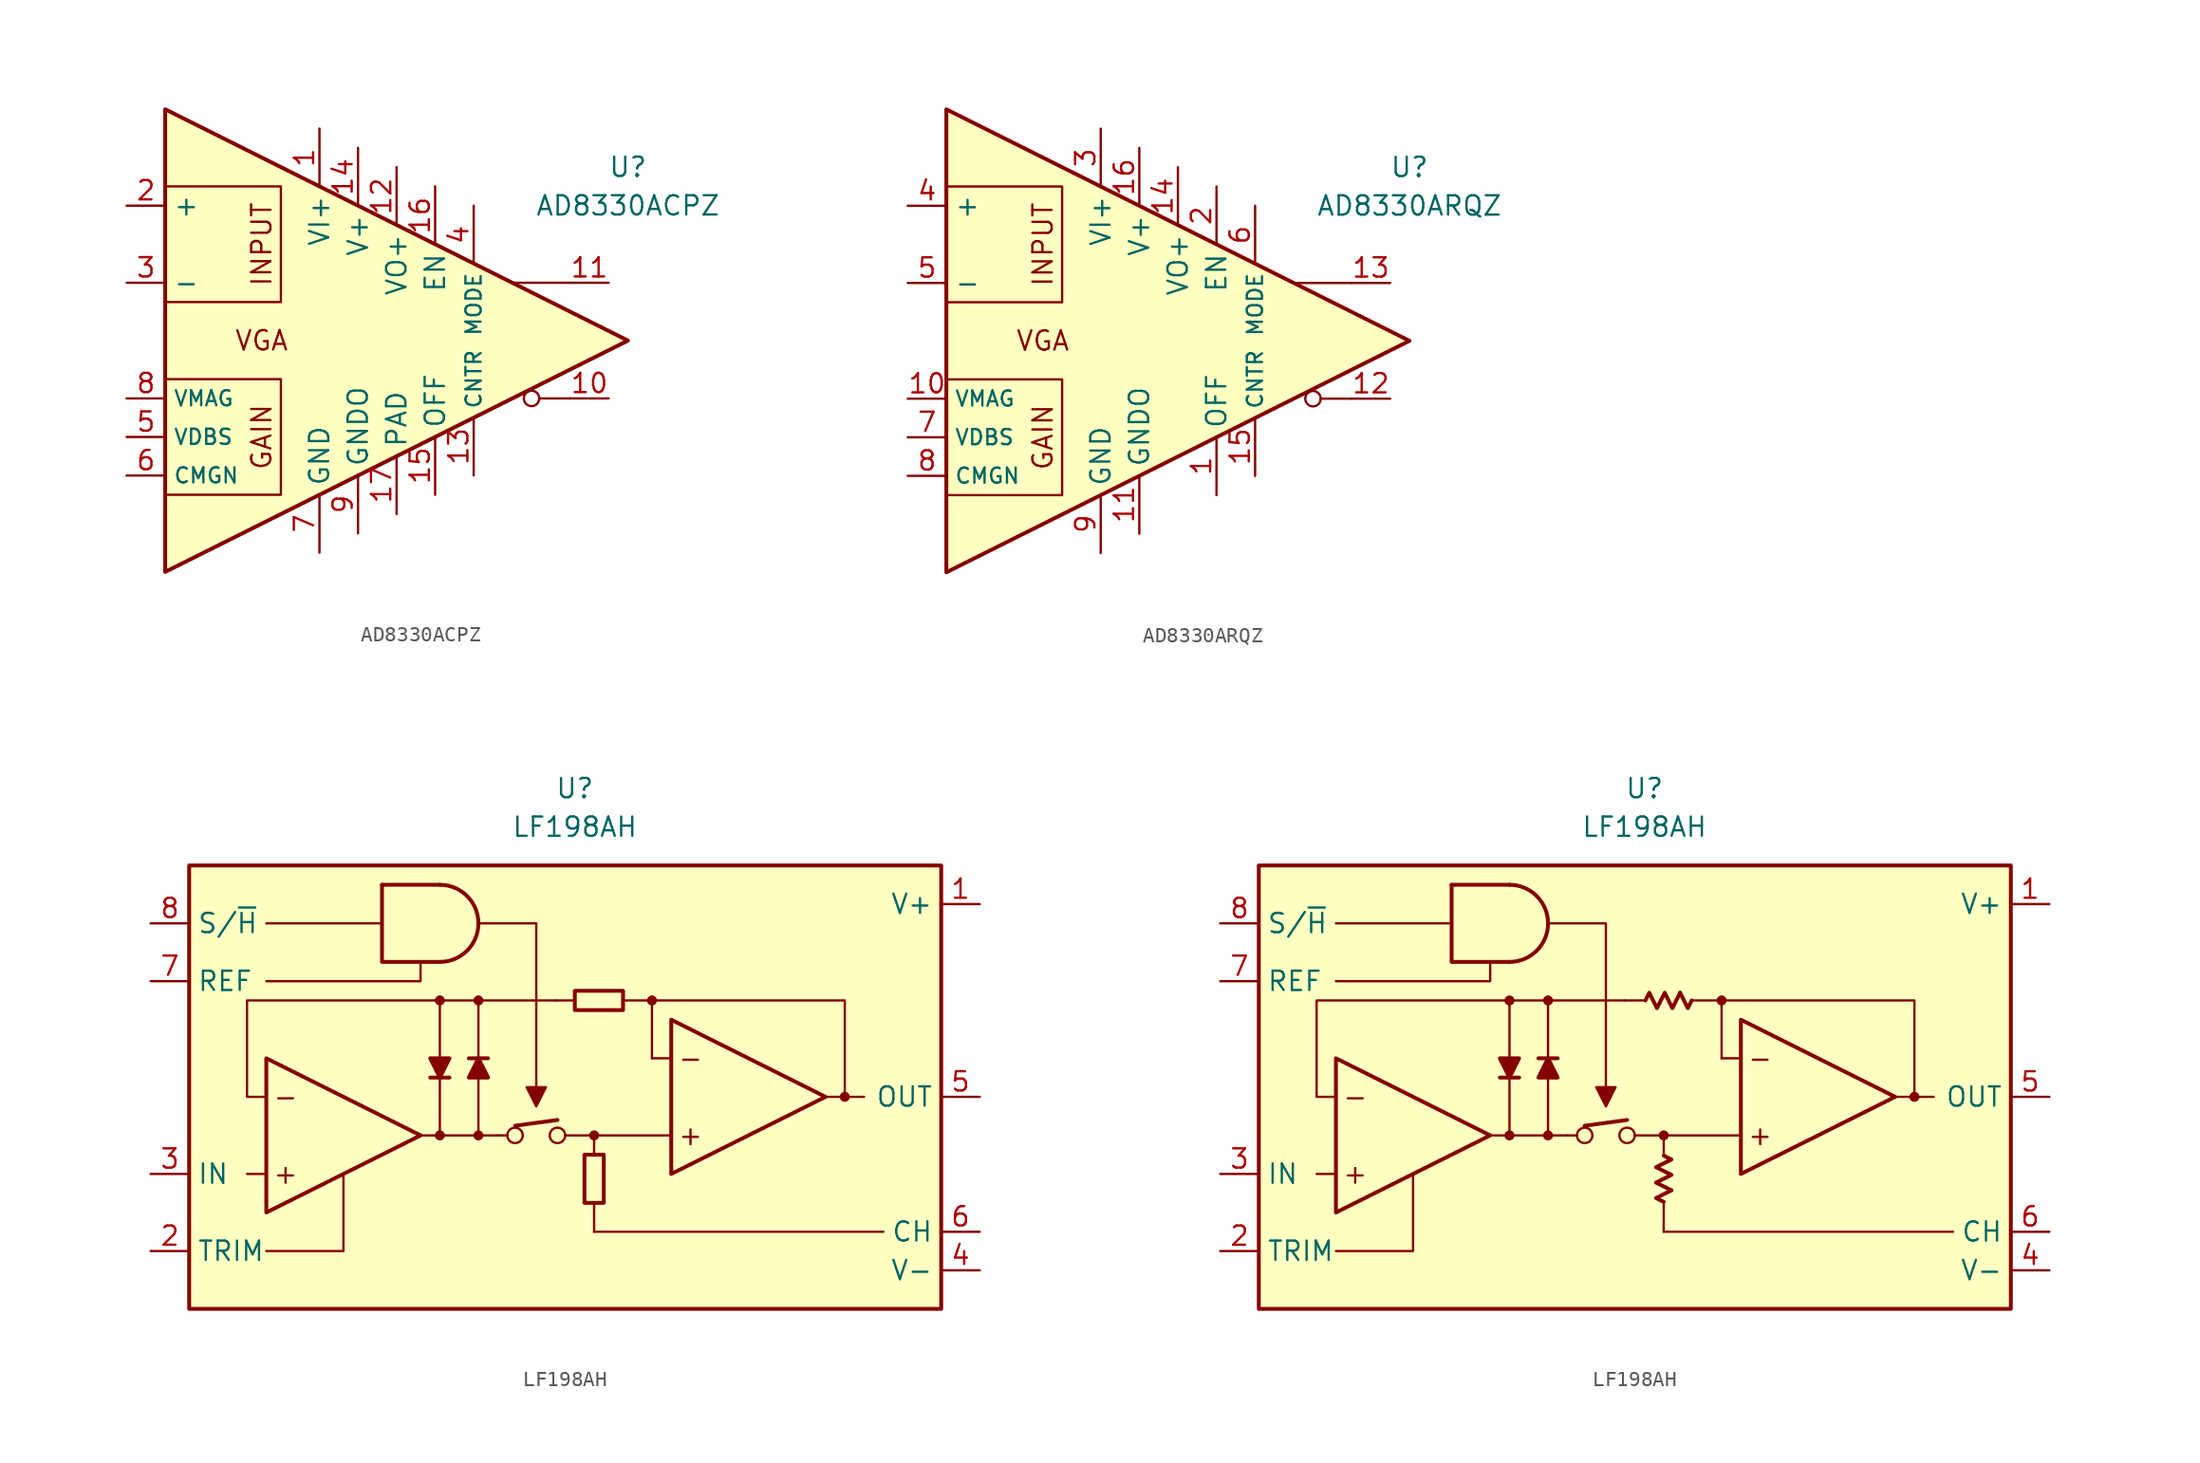
<source format=kicad_sym>
(kicad_symbol_lib
  (version 20231120)
  (generator "kicad_symbol_editor")
  (generator_version "8.0")
  (symbol "AD8330ACPZ"
    (property "Reference" "U"
      (at 13.97 11.43 0)
      (effects (font (size 1.27 1.27))))
    (property "Value" "AD8330ACPZ"
      (at 13.97 8.89 0)
      (effects (font (size 1.27 1.27))))
    (symbol "AD8330ACPZ_0_0"
      (polyline (pts (xy 10.16 3.81) (xy 6.35 3.81)) (stroke (width 0.152) (type default)) (fill (type none)))
      (polyline (pts (xy 10.16 -3.81) (xy 8.89 -3.81) (xy 8.128 -3.81)) (stroke (width 0.152) (type default)) (fill (type none)))
      (polyline (pts (xy -16.51 -2.54) (xy -8.89 -2.54) (xy -8.89 -10.16) (xy -16.51 -10.16)) (stroke (width 0.152) (type default)) (fill (type none)))
      (polyline (pts (xy -16.51 2.54) (xy -8.89 2.54) (xy -8.89 10.16) (xy -16.51 10.16)) (stroke (width 0.152) (type default)) (fill (type none)))
      (polyline (pts (xy -16.51 15.24) (xy 13.97 0) (xy -16.51 -15.24) (xy -16.51 15.24)) (stroke (width 0.254) (type default)) (fill (type background)))
      (circle (center 7.62 -3.81) (radius 0.508) (stroke (width 0.152) (type default)) (fill (type none)))
      (text "GAIN" (at -10.16 -6.35 900) (effects (font (size 1.27 1.27))))
      (text "INPUT" (at -10.16 6.35 900) (effects (font (size 1.27 1.27))))
      (text "VGA" (at -10.16 0 0) (effects (font (size 1.27 1.27)))))
    (symbol "AD8330ACPZ_1_1"
      (pin power_in line (at -6.35 13.97 270) (length 3.84) (name "VI+" (effects (font (size 1.27 1.27)))) (number "1" (effects (font (size 1.27 1.27)))))
      (pin output line (at 12.7 -3.81 180) (length 2.54) (name "~" (effects (font (size 1.27 1.27)))) (number "10" (effects (font (size 1.27 1.27)))))
      (pin output line (at 12.7 3.81 180) (length 2.54) (name "~" (effects (font (size 1.27 1.27)))) (number "11" (effects (font (size 1.27 1.27)))))
      (pin power_in line (at -1.27 11.43 270) (length 3.84) (name "VO+" (effects (font (size 1.27 1.27)))) (number "12" (effects (font (size 1.27 1.27)))))
      (pin passive line (at 3.81 -8.89 90) (length 3.84) (name "CNTR" (effects (font (size 1 1)))) (number "13" (effects (font (size 1.27 1.27)))))
      (pin power_in line (at -3.81 12.7 270) (length 3.84) (name "V+" (effects (font (size 1.27 1.27)))) (number "14" (effects (font (size 1.27 1.27)))))
      (pin input line (at 1.27 -10.16 90) (length 3.84) (name "OFF" (effects (font (size 1.27 1.27)))) (number "15" (effects (font (size 1.27 1.27)))))
      (pin input line (at 1.27 10.16 270) (length 3.84) (name "EN" (effects (font (size 1.27 1.27)))) (number "16" (effects (font (size 1.27 1.27)))))
      (pin passive line (at -1.27 -11.43 90) (length 3.84) (name "PAD" (effects (font (size 1.27 1.27)))) (number "17" (effects (font (size 1.27 1.27)))))
      (pin input line (at -19.05 8.89 0) (length 2.54) (name "+" (effects (font (size 1.27 1.27)))) (number "2" (effects (font (size 1.27 1.27)))))
      (pin input line (at -19.05 3.81 0) (length 2.54) (name "-" (effects (font (size 1.27 1.27)))) (number "3" (effects (font (size 1.27 1.27)))))
      (pin input line (at 3.81 8.89 270) (length 3.84) (name "MODE" (effects (font (size 1 1)))) (number "4" (effects (font (size 1.27 1.27)))))
      (pin input line (at -19.05 -6.35 0) (length 2.54) (name "VDBS" (effects (font (size 1 1)))) (number "5" (effects (font (size 1.27 1.27)))))
      (pin input line (at -19.05 -8.89 0) (length 2.54) (name "CMGN" (effects (font (size 1 1)))) (number "6" (effects (font (size 1.27 1.27)))))
      (pin power_in line (at -6.35 -13.97 90) (length 3.84) (name "GND" (effects (font (size 1.27 1.27)))) (number "7" (effects (font (size 1.27 1.27)))))
      (pin input line (at -19.05 -3.81 0) (length 2.54) (name "VMAG" (effects (font (size 1 1)))) (number "8" (effects (font (size 1.27 1.27)))))
      (pin power_in line (at -3.81 -12.7 90) (length 3.84) (name "GNDO" (effects (font (size 1.27 1.27)))) (number "9" (effects (font (size 1.27 1.27)))))))
  (symbol "AD8330ARQZ"
    (property "Reference" "U"
      (at 13.97 11.43 0)
      (effects (font (size 1.27 1.27))))
    (property "Value" "AD8330ARQZ"
      (at 13.97 8.89 0)
      (effects (font (size 1.27 1.27))))
    (symbol "AD8330ARQZ_0_0"
      (polyline (pts (xy 10.16 3.81) (xy 6.35 3.81)) (stroke (width 0.152) (type default)) (fill (type none)))
      (polyline (pts (xy 10.16 -3.81) (xy 8.89 -3.81) (xy 8.128 -3.81)) (stroke (width 0.152) (type default)) (fill (type none)))
      (polyline (pts (xy -16.51 -2.54) (xy -8.89 -2.54) (xy -8.89 -10.16) (xy -16.51 -10.16)) (stroke (width 0.152) (type default)) (fill (type none)))
      (polyline (pts (xy -16.51 2.54) (xy -8.89 2.54) (xy -8.89 10.16) (xy -16.51 10.16)) (stroke (width 0.152) (type default)) (fill (type none)))
      (polyline (pts (xy -16.51 15.24) (xy 13.97 0) (xy -16.51 -15.24) (xy -16.51 15.24)) (stroke (width 0.254) (type default)) (fill (type background)))
      (circle (center 7.62 -3.81) (radius 0.508) (stroke (width 0.152) (type default)) (fill (type none)))
      (text "GAIN" (at -10.16 -6.35 900) (effects (font (size 1.27 1.27))))
      (text "INPUT" (at -10.16 6.35 900) (effects (font (size 1.27 1.27))))
      (text "VGA" (at -10.16 0 0) (effects (font (size 1.27 1.27)))))
    (symbol "AD8330ARQZ_1_1"
      (pin input line (at 1.27 -10.16 90) (length 3.84) (name "OFF" (effects (font (size 1.27 1.27)))) (number "1" (effects (font (size 1.27 1.27)))))
      (pin input line (at -19.05 -3.81 0) (length 2.54) (name "VMAG" (effects (font (size 1 1)))) (number "10" (effects (font (size 1.27 1.27)))))
      (pin power_in line (at -3.81 -12.7 90) (length 3.84) (name "GNDO" (effects (font (size 1.27 1.27)))) (number "11" (effects (font (size 1.27 1.27)))))
      (pin output line (at 12.7 -3.81 180) (length 2.54) (name "~" (effects (font (size 1.27 1.27)))) (number "12" (effects (font (size 1.27 1.27)))))
      (pin output line (at 12.7 3.81 180) (length 2.54) (name "~" (effects (font (size 1.27 1.27)))) (number "13" (effects (font (size 1.27 1.27)))))
      (pin power_in line (at -1.27 11.43 270) (length 3.84) (name "VO+" (effects (font (size 1.27 1.27)))) (number "14" (effects (font (size 1.27 1.27)))))
      (pin passive line (at 3.81 -8.89 90) (length 3.84) (name "CNTR" (effects (font (size 1 1)))) (number "15" (effects (font (size 1.27 1.27)))))
      (pin power_in line (at -3.81 12.7 270) (length 3.84) (name "V+" (effects (font (size 1.27 1.27)))) (number "16" (effects (font (size 1.27 1.27)))))
      (pin input line (at 1.27 10.16 270) (length 3.84) (name "EN" (effects (font (size 1.27 1.27)))) (number "2" (effects (font (size 1.27 1.27)))))
      (pin power_in line (at -6.35 13.97 270) (length 3.84) (name "VI+" (effects (font (size 1.27 1.27)))) (number "3" (effects (font (size 1.27 1.27)))))
      (pin input line (at -19.05 8.89 0) (length 2.54) (name "+" (effects (font (size 1.27 1.27)))) (number "4" (effects (font (size 1.27 1.27)))))
      (pin input line (at -19.05 3.81 0) (length 2.54) (name "-" (effects (font (size 1.27 1.27)))) (number "5" (effects (font (size 1.27 1.27)))))
      (pin input line (at 3.81 8.89 270) (length 3.84) (name "MODE" (effects (font (size 1 1)))) (number "6" (effects (font (size 1.27 1.27)))))
      (pin input line (at -19.05 -6.35 0) (length 2.54) (name "VDBS" (effects (font (size 1 1)))) (number "7" (effects (font (size 1.27 1.27)))))
      (pin input line (at -19.05 -8.89 0) (length 2.54) (name "CMGN" (effects (font (size 1 1)))) (number "8" (effects (font (size 1.27 1.27)))))
      (pin power_in line (at -6.35 -13.97 90) (length 3.84) (name "GND" (effects (font (size 1.27 1.27)))) (number "9" (effects (font (size 1.27 1.27)))))))
  (symbol "LF198AH"
    (property "Reference" "U"
      (at 0 19.05 0)
      (effects (font (size 1.27 1.27))))
    (property "Value" "LF198AH"
      (at 0 16.51 0)
      (effects (font (size 1.27 1.27))))
    (symbol "LF198AH_0_0"
      (circle (center -8.89 -3.81) (radius 0.254) (stroke (width 0.152) (type default)) (fill (type outline)))
      (circle (center -8.89 5.08) (radius 0.254) (stroke (width 0.152) (type default)) (fill (type outline)))
      (circle (center -6.35 -3.81) (radius 0.254) (stroke (width 0.152) (type default)) (fill (type outline)))
      (circle (center -6.35 5.08) (radius 0.254) (stroke (width 0.152) (type default)) (fill (type outline)))
      (circle (center -3.937 -3.81) (radius 0.508) (stroke (width 0) (type default)) (fill (type none)))
      (circle (center -1.143 -3.81) (radius 0.508) (stroke (width 0) (type default)) (fill (type none)))
      (polyline (pts (xy -20.32 -6.35) (xy -21.59 -6.35)) (stroke (width 0.152) (type default)) (fill (type none)))
      (polyline (pts (xy -12.7 10.16) (xy -20.32 10.16)) (stroke (width 0.152) (type default)) (fill (type none)))
      (polyline (pts (xy -5.08 -3.81) (xy -4.445 -3.81)) (stroke (width 0.152) (type default)) (fill (type none)))
      (polyline (pts (xy -3.937 -3.175) (xy -1.143 -2.794)) (stroke (width 0.254) (type default)) (fill (type none)))
      (polyline (pts (xy 0 5.08) (xy -1.27 5.08)) (stroke (width 0.152) (type default)) (fill (type none)))
      (polyline (pts (xy 1.27 -8.255) (xy 1.27 -10.16)) (stroke (width 0.152) (type default)) (fill (type none)))
      (polyline (pts (xy 16.51 -1.27) (xy 17.78 -1.27)) (stroke (width 0.152) (type default)) (fill (type none)))
      (polyline (pts (xy 17.78 -1.27) (xy 19.05 -1.27)) (stroke (width 0.152) (type default)) (fill (type none)))
      (polyline (pts (xy -20.32 -11.43) (xy -15.24 -11.43) (xy -15.24 -6.35)) (stroke (width 0.152) (type default)) (fill (type none)))
      (polyline (pts (xy -10.16 7.62) (xy -10.16 6.35) (xy -20.32 6.35)) (stroke (width 0.152) (type default)) (fill (type none)))
      (polyline (pts (xy -6.35 10.16) (xy -2.54 10.16) (xy -2.54 -1.27)) (stroke (width 0.152) (type default)) (fill (type none)))
      (polyline (pts (xy -2.54 -1.905) (xy -3.175 -0.635) (xy -1.905 -0.635) (xy -2.54 -1.905)) (stroke (width 0.152) (type default)) (fill (type outline)))
      (circle (center 1.27 -3.81) (radius 0.254) (stroke (width 0.152) (type default)) (fill (type outline)))
      (circle (center 5.08 5.08) (radius 0.254) (stroke (width 0.152) (type default)) (fill (type outline)))
      (circle (center 17.78 -1.27) (radius 0.254) (stroke (width 0.152) (type default)) (fill (type outline)))
      (text "+" (at -19.05 -6.35 0) (effects (font (size 1.27 1.27))))
      (text "+" (at 7.62 -3.81 0) (effects (font (size 1.27 1.27))))
      (text "-" (at -19.05 -1.27 0) (effects (font (size 1.27 1.27))))
      (text "-" (at 7.62 1.27 0) (effects (font (size 1.27 1.27)))))
    (symbol "LF198AH_0_1"
      (rectangle (start 0 4.445) (end 3.175 5.715) (stroke (width 0.254) (type default)) (fill (type none)))
      (rectangle (start 0.635 -5.08) (end 1.905 -8.255) (stroke (width 0.254) (type default)) (fill (type none))))
    (symbol "LF198AH_0_2"
      (polyline (pts (xy 1.778 -7.429) (xy 0.762 -7.938) (xy 1.27 -8.191)) (stroke (width 0.254) (type default)) (fill (type none)))
      (polyline (pts (xy 2.349 5.588) (xy 2.857 4.572) (xy 3.111 5.08)) (stroke (width 0.254) (type default)) (fill (type none)))
      (polyline (pts (xy 0.064 5.08) (xy 0.318 5.588) (xy 0.826 4.572) (xy 1.333 5.588) (xy 1.841 4.572) (xy 2.349 5.588)) (stroke (width 0.254) (type default)) (fill (type none)))
      (polyline (pts (xy 1.27 -5.144) (xy 1.778 -5.397) (xy 0.762 -5.905) (xy 1.778 -6.413) (xy 0.762 -6.921) (xy 1.778 -7.429)) (stroke (width 0.254) (type default)) (fill (type none))))
    (symbol "LF198AH_1_0"
      (rectangle (start -25.4 13.97) (end 24.13 -15.24) (stroke (width 0.254) (type default)) (fill (type background)))
      (arc (start -8.89 7.62) (mid -6.361 10.16) (end -8.89 12.7) (stroke (width 0.254) (type default)) (fill (type none)))
      (polyline (pts (xy -12.7 12.7) (xy -8.89 12.7)) (stroke (width 0.254) (type default)) (fill (type none)))
      (polyline (pts (xy -9.525 0) (xy -8.255 0)) (stroke (width 0.254) (type default)) (fill (type none)))
      (polyline (pts (xy -8.89 0) (xy -8.89 -3.81)) (stroke (width 0.152) (type default)) (fill (type none)))
      (polyline (pts (xy -8.89 1.27) (xy -8.89 5.08)) (stroke (width 0.152) (type default)) (fill (type none)))
      (polyline (pts (xy -6.35 0) (xy -6.35 -3.81)) (stroke (width 0.152) (type default)) (fill (type none)))
      (polyline (pts (xy -6.35 1.27) (xy -6.35 5.08)) (stroke (width 0.152) (type default)) (fill (type none)))
      (polyline (pts (xy -5.715 1.27) (xy -6.985 1.27)) (stroke (width 0.254) (type default)) (fill (type none)))
      (polyline (pts (xy -5.08 -3.81) (xy -10.16 -3.81)) (stroke (width 0.152) (type default)) (fill (type none)))
      (polyline (pts (xy 1.27 -10.16) (xy 20.32 -10.16)) (stroke (width 0.152) (type default)) (fill (type none)))
      (polyline (pts (xy 1.27 -5.08) (xy 1.27 -3.81)) (stroke (width 0.152) (type default)) (fill (type none)))
      (polyline (pts (xy 5.08 1.27) (xy 5.08 5.08)) (stroke (width 0.152) (type default)) (fill (type none)))
      (polyline (pts (xy 6.35 -3.81) (xy -0.635 -3.81)) (stroke (width 0.152) (type default)) (fill (type none)))
      (polyline (pts (xy 6.35 1.27) (xy 5.08 1.27)) (stroke (width 0.152) (type default)) (fill (type none)))
      (polyline (pts (xy -12.7 12.7) (xy -12.7 7.62) (xy -8.89 7.62)) (stroke (width 0.254) (type default)) (fill (type none)))
      (polyline (pts (xy 3.175 5.08) (xy 17.78 5.08) (xy 17.78 -1.27)) (stroke (width 0.152) (type default)) (fill (type none)))
      (polyline (pts (xy -20.32 1.27) (xy -20.32 -8.89) (xy -10.16 -3.81) (xy -20.32 1.27)) (stroke (width 0.254) (type default)) (fill (type none)))
      (polyline (pts (xy -8.89 0) (xy -9.525 1.27) (xy -8.255 1.27) (xy -8.89 0)) (stroke (width 0.254) (type default)) (fill (type outline)))
      (polyline (pts (xy -6.35 1.27) (xy -5.715 0) (xy -6.985 0) (xy -6.35 1.27)) (stroke (width 0.254) (type default)) (fill (type outline)))
      (polyline (pts (xy -1.27 5.08) (xy -21.59 5.08) (xy -21.59 -1.27) (xy -20.32 -1.27)) (stroke (width 0.152) (type default)) (fill (type none)))
      (polyline (pts (xy 6.35 3.81) (xy 6.35 -6.35) (xy 16.51 -1.27) (xy 6.35 3.81)) (stroke (width 0.254) (type default)) (fill (type none))))
    (symbol "LF198AH_1_1"
      (pin power_in line (at 26.67 11.43 180) (length 2.54) (name "V+" (effects (font (size 1.27 1.27)))) (number "1" (effects (font (size 1.27 1.27)))))
      (pin passive line (at -27.94 -11.43 0) (length 2.54) (name "TRIM" (effects (font (size 1.27 1.27)))) (number "2" (effects (font (size 1.27 1.27)))))
      (pin input line (at -27.94 -6.35 0) (length 2.54) (name "IN" (effects (font (size 1.27 1.27)))) (number "3" (effects (font (size 1.27 1.27)))))
      (pin power_in line (at 26.67 -12.7 180) (length 2.54) (name "V-" (effects (font (size 1.27 1.27)))) (number "4" (effects (font (size 1.27 1.27)))))
      (pin output line (at 26.67 -1.27 180) (length 2.54) (name "OUT" (effects (font (size 1.27 1.27)))) (number "5" (effects (font (size 1.27 1.27)))))
      (pin passive line (at 26.67 -10.16 180) (length 2.54) (name "CH" (effects (font (size 1.27 1.27)))) (number "6" (effects (font (size 1.27 1.27)))))
      (pin input line (at -27.94 6.35 0) (length 2.54) (name "REF" (effects (font (size 1.27 1.27)))) (number "7" (effects (font (size 1.27 1.27)))))
      (pin input line (at -27.94 10.16 0) (length 2.54) (name "S/~{H}" (effects (font (size 1.27 1.27)))) (number "8" (effects (font (size 1.27 1.27))))))
    (symbol "LF198AH_1_2"
      (pin power_in line (at 26.67 11.43 180) (length 2.54) (name "V+" (effects (font (size 1.27 1.27)))) (number "1" (effects (font (size 1.27 1.27)))))
      (pin passive line (at -27.94 -11.43 0) (length 2.54) (name "TRIM" (effects (font (size 1.27 1.27)))) (number "2" (effects (font (size 1.27 1.27)))))
      (pin input line (at -27.94 -6.35 0) (length 2.54) (name "IN" (effects (font (size 1.27 1.27)))) (number "3" (effects (font (size 1.27 1.27)))))
      (pin power_in line (at 26.67 -12.7 180) (length 2.54) (name "V-" (effects (font (size 1.27 1.27)))) (number "4" (effects (font (size 1.27 1.27)))))
      (pin output line (at 26.67 -1.27 180) (length 2.54) (name "OUT" (effects (font (size 1.27 1.27)))) (number "5" (effects (font (size 1.27 1.27)))))
      (pin passive line (at 26.67 -10.16 180) (length 2.54) (name "CH" (effects (font (size 1.27 1.27)))) (number "6" (effects (font (size 1.27 1.27)))))
      (pin input line (at -27.94 6.35 0) (length 2.54) (name "REF" (effects (font (size 1.27 1.27)))) (number "7" (effects (font (size 1.27 1.27)))))
      (pin input line (at -27.94 10.16 0) (length 2.54) (name "S/~{H}" (effects (font (size 1.27 1.27)))) (number "8" (effects (font (size 1.27 1.27))))))))
</source>
